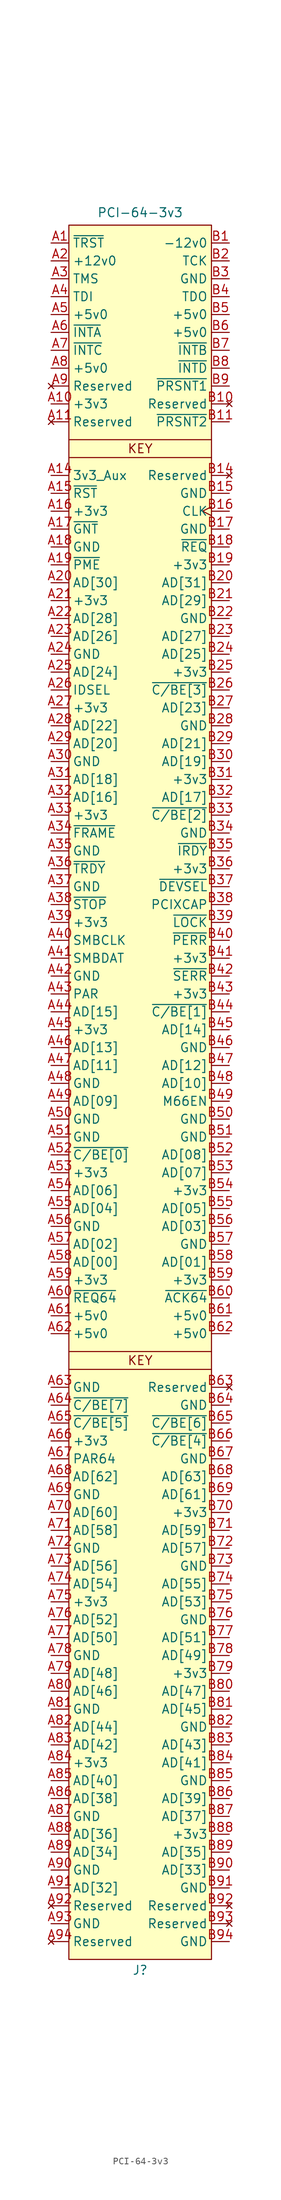
<source format=kicad_sym>
(kicad_symbol_lib
  (version 20241209)
  (generator "kicad_symbol_editor")
  (generator_version "9.0")
  (symbol "PCI-64-3v3"
    (property "Reference" "J"
      (at 0 -216.154 0)
      (effects (font (size 1.27 1.27))))
    (property "Value" "PCI-64-3v3"
      (at 0 33.528 0)
      (effects (font (size 1.27 1.27))))
    (symbol "PCI-64-3v3_1_1"
      (rectangle (start -10.16 31.75) (end 10.16 -214.63) (stroke (width 0) (type solid)) (fill (type background)))
      (polyline (pts (xy -10.16 1.27) (xy 10.16 1.27)) (stroke (width 0) (type default)) (fill (type none)))
      (polyline (pts (xy -10.16 -1.27) (xy 10.16 -1.27)) (stroke (width 0) (type default)) (fill (type none)))
      (polyline (pts (xy -10.16 -128.27) (xy 10.16 -128.27)) (stroke (width 0) (type default)) (fill (type none)))
      (polyline (pts (xy -10.16 -130.81) (xy 10.16 -130.81)) (stroke (width 0) (type default)) (fill (type none)))
      (text "KEY" (at 0 0 0) (effects (font (size 1.27 1.27))))
      (text "KEY" (at 0 -129.54 0) (effects (font (size 1.27 1.27))))
      (pin input line (at -12.7 29.21 0) (length 2.54) (name "~{TRST}" (effects (font (size 1.27 1.27)))) (number "A1" (effects (font (size 1.27 1.27)))))
      (pin power_in line (at -12.7 26.67 0) (length 2.54) (name "+12v0" (effects (font (size 1.27 1.27)))) (number "A2" (effects (font (size 1.27 1.27)))))
      (pin input line (at -12.7 24.13 0) (length 2.54) (name "TMS" (effects (font (size 1.27 1.27)))) (number "A3" (effects (font (size 1.27 1.27)))))
      (pin input line (at -12.7 21.59 0) (length 2.54) (name "TDI" (effects (font (size 1.27 1.27)))) (number "A4" (effects (font (size 1.27 1.27)))))
      (pin power_in line (at -12.7 19.05 0) (length 2.54) (name "+5v0" (effects (font (size 1.27 1.27)))) (number "A5" (effects (font (size 1.27 1.27)))))
      (pin open_emitter line (at -12.7 16.51 0) (length 2.54) (name "~{INTA}" (effects (font (size 1.27 1.27)))) (number "A6" (effects (font (size 1.27 1.27)))))
      (pin open_emitter line (at -12.7 13.97 0) (length 2.54) (name "~{INTC}" (effects (font (size 1.27 1.27)))) (number "A7" (effects (font (size 1.27 1.27)))))
      (pin power_in line (at -12.7 11.43 0) (length 2.54) (name "+5v0" (effects (font (size 1.27 1.27)))) (number "A8" (effects (font (size 1.27 1.27)))))
      (pin no_connect line (at -12.7 8.89 0) (length 2.54) (name "Reserved" (effects (font (size 1.27 1.27)))) (number "A9" (effects (font (size 1.27 1.27)))))
      (pin power_in line (at -12.7 6.35 0) (length 2.54) (name "+3v3" (effects (font (size 1.27 1.27)))) (number "A10" (effects (font (size 1.27 1.27)))))
      (pin no_connect line (at -12.7 3.81 0) (length 2.54) (name "Reserved" (effects (font (size 1.27 1.27)))) (number "A11" (effects (font (size 1.27 1.27)))))
      (pin power_in line (at -12.7 -3.81 0) (length 2.54) (name "3v3_Aux" (effects (font (size 1.27 1.27)))) (number "A14" (effects (font (size 1.27 1.27)))))
      (pin input line (at -12.7 -6.35 0) (length 2.54) (name "~{RST}" (effects (font (size 1.27 1.27)))) (number "A15" (effects (font (size 1.27 1.27)))))
      (pin power_in line (at -12.7 -8.89 0) (length 2.54) (name "+3v3" (effects (font (size 1.27 1.27)))) (number "A16" (effects (font (size 1.27 1.27)))))
      (pin tri_state line (at -12.7 -11.43 0) (length 2.54) (name "~{GNT}" (effects (font (size 1.27 1.27)))) (number "A17" (effects (font (size 1.27 1.27)))))
      (pin power_in line (at -12.7 -13.97 0) (length 2.54) (name "GND" (effects (font (size 1.27 1.27)))) (number "A18" (effects (font (size 1.27 1.27)))))
      (pin open_emitter line (at -12.7 -16.51 0) (length 2.54) (name "~{PME}" (effects (font (size 1.27 1.27)))) (number "A19" (effects (font (size 1.27 1.27)))))
      (pin tri_state line (at -12.7 -19.05 0) (length 2.54) (name "AD[30]" (effects (font (size 1.27 1.27)))) (number "A20" (effects (font (size 1.27 1.27)))))
      (pin power_in line (at -12.7 -21.59 0) (length 2.54) (name "+3v3" (effects (font (size 1.27 1.27)))) (number "A21" (effects (font (size 1.27 1.27)))))
      (pin tri_state line (at -12.7 -24.13 0) (length 2.54) (name "AD[28]" (effects (font (size 1.27 1.27)))) (number "A22" (effects (font (size 1.27 1.27)))))
      (pin tri_state line (at -12.7 -26.67 0) (length 2.54) (name "AD[26]" (effects (font (size 1.27 1.27)))) (number "A23" (effects (font (size 1.27 1.27)))))
      (pin power_in line (at -12.7 -29.21 0) (length 2.54) (name "GND" (effects (font (size 1.27 1.27)))) (number "A24" (effects (font (size 1.27 1.27)))))
      (pin tri_state line (at -12.7 -31.75 0) (length 2.54) (name "AD[24]" (effects (font (size 1.27 1.27)))) (number "A25" (effects (font (size 1.27 1.27)))))
      (pin input line (at -12.7 -34.29 0) (length 2.54) (name "IDSEL" (effects (font (size 1.27 1.27)))) (number "A26" (effects (font (size 1.27 1.27)))))
      (pin power_in line (at -12.7 -36.83 0) (length 2.54) (name "+3v3" (effects (font (size 1.27 1.27)))) (number "A27" (effects (font (size 1.27 1.27)))))
      (pin tri_state line (at -12.7 -39.37 0) (length 2.54) (name "AD[22]" (effects (font (size 1.27 1.27)))) (number "A28" (effects (font (size 1.27 1.27)))))
      (pin tri_state line (at -12.7 -41.91 0) (length 2.54) (name "AD[20]" (effects (font (size 1.27 1.27)))) (number "A29" (effects (font (size 1.27 1.27)))))
      (pin power_in line (at -12.7 -44.45 0) (length 2.54) (name "GND" (effects (font (size 1.27 1.27)))) (number "A30" (effects (font (size 1.27 1.27)))))
      (pin tri_state line (at -12.7 -46.99 0) (length 2.54) (name "AD[18]" (effects (font (size 1.27 1.27)))) (number "A31" (effects (font (size 1.27 1.27)))))
      (pin tri_state line (at -12.7 -49.53 0) (length 2.54) (name "AD[16]" (effects (font (size 1.27 1.27)))) (number "A32" (effects (font (size 1.27 1.27)))))
      (pin power_in line (at -12.7 -52.07 0) (length 2.54) (name "+3v3" (effects (font (size 1.27 1.27)))) (number "A33" (effects (font (size 1.27 1.27)))))
      (pin tri_state line (at -12.7 -54.61 0) (length 2.54) (name "~{FRAME}" (effects (font (size 1.27 1.27)))) (number "A34" (effects (font (size 1.27 1.27)))))
      (pin power_in line (at -12.7 -57.15 0) (length 2.54) (name "GND" (effects (font (size 1.27 1.27)))) (number "A35" (effects (font (size 1.27 1.27)))))
      (pin tri_state line (at -12.7 -59.69 0) (length 2.54) (name "~{TRDY}" (effects (font (size 1.27 1.27)))) (number "A36" (effects (font (size 1.27 1.27)))))
      (pin power_in line (at -12.7 -62.23 0) (length 2.54) (name "GND" (effects (font (size 1.27 1.27)))) (number "A37" (effects (font (size 1.27 1.27)))))
      (pin tri_state line (at -12.7 -64.77 0) (length 2.54) (name "~{STOP}" (effects (font (size 1.27 1.27)))) (number "A38" (effects (font (size 1.27 1.27)))))
      (pin power_in line (at -12.7 -67.31 0) (length 2.54) (name "+3v3" (effects (font (size 1.27 1.27)))) (number "A39" (effects (font (size 1.27 1.27)))))
      (pin open_emitter line (at -12.7 -69.85 0) (length 2.54) (name "SMBCLK" (effects (font (size 1.27 1.27)))) (number "A40" (effects (font (size 1.27 1.27)))))
      (pin open_emitter line (at -12.7 -72.39 0) (length 2.54) (name "SMBDAT" (effects (font (size 1.27 1.27)))) (number "A41" (effects (font (size 1.27 1.27)))))
      (pin power_in line (at -12.7 -74.93 0) (length 2.54) (name "GND" (effects (font (size 1.27 1.27)))) (number "A42" (effects (font (size 1.27 1.27)))))
      (pin tri_state line (at -12.7 -77.47 0) (length 2.54) (name "PAR" (effects (font (size 1.27 1.27)))) (number "A43" (effects (font (size 1.27 1.27)))))
      (pin tri_state line (at -12.7 -80.01 0) (length 2.54) (name "AD[15]" (effects (font (size 1.27 1.27)))) (number "A44" (effects (font (size 1.27 1.27)))))
      (pin power_in line (at -12.7 -82.55 0) (length 2.54) (name "+3v3" (effects (font (size 1.27 1.27)))) (number "A45" (effects (font (size 1.27 1.27)))))
      (pin tri_state line (at -12.7 -85.09 0) (length 2.54) (name "AD[13]" (effects (font (size 1.27 1.27)))) (number "A46" (effects (font (size 1.27 1.27)))))
      (pin tri_state line (at -12.7 -87.63 0) (length 2.54) (name "AD[11]" (effects (font (size 1.27 1.27)))) (number "A47" (effects (font (size 1.27 1.27)))))
      (pin power_in line (at -12.7 -90.17 0) (length 2.54) (name "GND" (effects (font (size 1.27 1.27)))) (number "A48" (effects (font (size 1.27 1.27)))))
      (pin tri_state line (at -12.7 -92.71 0) (length 2.54) (name "AD[09]" (effects (font (size 1.27 1.27)))) (number "A49" (effects (font (size 1.27 1.27)))))
      (pin power_in line (at -12.7 -95.25 0) (length 2.54) (name "GND" (effects (font (size 1.27 1.27)))) (number "A50" (effects (font (size 1.27 1.27)))))
      (pin power_in line (at -12.7 -97.79 0) (length 2.54) (name "GND" (effects (font (size 1.27 1.27)))) (number "A51" (effects (font (size 1.27 1.27)))))
      (pin tri_state line (at -12.7 -100.33 0) (length 2.54) (name "~{C/BE[0]}" (effects (font (size 1.27 1.27)))) (number "A52" (effects (font (size 1.27 1.27)))))
      (pin power_in line (at -12.7 -102.87 0) (length 2.54) (name "+3v3" (effects (font (size 1.27 1.27)))) (number "A53" (effects (font (size 1.27 1.27)))))
      (pin tri_state line (at -12.7 -105.41 0) (length 2.54) (name "AD[06]" (effects (font (size 1.27 1.27)))) (number "A54" (effects (font (size 1.27 1.27)))))
      (pin tri_state line (at -12.7 -107.95 0) (length 2.54) (name "AD[04]" (effects (font (size 1.27 1.27)))) (number "A55" (effects (font (size 1.27 1.27)))))
      (pin power_in line (at -12.7 -110.49 0) (length 2.54) (name "GND" (effects (font (size 1.27 1.27)))) (number "A56" (effects (font (size 1.27 1.27)))))
      (pin tri_state line (at -12.7 -113.03 0) (length 2.54) (name "AD[02]" (effects (font (size 1.27 1.27)))) (number "A57" (effects (font (size 1.27 1.27)))))
      (pin tri_state line (at -12.7 -115.57 0) (length 2.54) (name "AD[00]" (effects (font (size 1.27 1.27)))) (number "A58" (effects (font (size 1.27 1.27)))))
      (pin power_in line (at -12.7 -118.11 0) (length 2.54) (name "+3v3" (effects (font (size 1.27 1.27)))) (number "A59" (effects (font (size 1.27 1.27)))))
      (pin tri_state line (at -12.7 -120.65 0) (length 2.54) (name "~{REQ64}" (effects (font (size 1.27 1.27)))) (number "A60" (effects (font (size 1.27 1.27)))))
      (pin power_in line (at -12.7 -123.19 0) (length 2.54) (name "+5v0" (effects (font (size 1.27 1.27)))) (number "A61" (effects (font (size 1.27 1.27)))))
      (pin power_in line (at -12.7 -125.73 0) (length 2.54) (name "+5v0" (effects (font (size 1.27 1.27)))) (number "A62" (effects (font (size 1.27 1.27)))))
      (pin power_in line (at -12.7 -133.35 0) (length 2.54) (name "GND" (effects (font (size 1.27 1.27)))) (number "A63" (effects (font (size 1.27 1.27)))))
      (pin tri_state line (at -12.7 -135.89 0) (length 2.54) (name "~{C/BE[7]}" (effects (font (size 1.27 1.27)))) (number "A64" (effects (font (size 1.27 1.27)))))
      (pin tri_state line (at -12.7 -138.43 0) (length 2.54) (name "~{C/BE[5]}" (effects (font (size 1.27 1.27)))) (number "A65" (effects (font (size 1.27 1.27)))))
      (pin power_in line (at -12.7 -140.97 0) (length 2.54) (name "+3v3" (effects (font (size 1.27 1.27)))) (number "A66" (effects (font (size 1.27 1.27)))))
      (pin tri_state line (at -12.7 -143.51 0) (length 2.54) (name "PAR64" (effects (font (size 1.27 1.27)))) (number "A67" (effects (font (size 1.27 1.27)))))
      (pin tri_state line (at -12.7 -146.05 0) (length 2.54) (name "AD[62]" (effects (font (size 1.27 1.27)))) (number "A68" (effects (font (size 1.27 1.27)))))
      (pin power_in line (at -12.7 -148.59 0) (length 2.54) (name "GND" (effects (font (size 1.27 1.27)))) (number "A69" (effects (font (size 1.27 1.27)))))
      (pin tri_state line (at -12.7 -151.13 0) (length 2.54) (name "AD[60]" (effects (font (size 1.27 1.27)))) (number "A70" (effects (font (size 1.27 1.27)))))
      (pin tri_state line (at -12.7 -153.67 0) (length 2.54) (name "AD[58]" (effects (font (size 1.27 1.27)))) (number "A71" (effects (font (size 1.27 1.27)))))
      (pin power_in line (at -12.7 -156.21 0) (length 2.54) (name "GND" (effects (font (size 1.27 1.27)))) (number "A72" (effects (font (size 1.27 1.27)))))
      (pin tri_state line (at -12.7 -158.75 0) (length 2.54) (name "AD[56]" (effects (font (size 1.27 1.27)))) (number "A73" (effects (font (size 1.27 1.27)))))
      (pin tri_state line (at -12.7 -161.29 0) (length 2.54) (name "AD[54]" (effects (font (size 1.27 1.27)))) (number "A74" (effects (font (size 1.27 1.27)))))
      (pin power_in line (at -12.7 -163.83 0) (length 2.54) (name "+3v3" (effects (font (size 1.27 1.27)))) (number "A75" (effects (font (size 1.27 1.27)))))
      (pin tri_state line (at -12.7 -166.37 0) (length 2.54) (name "AD[52]" (effects (font (size 1.27 1.27)))) (number "A76" (effects (font (size 1.27 1.27)))))
      (pin tri_state line (at -12.7 -168.91 0) (length 2.54) (name "AD[50]" (effects (font (size 1.27 1.27)))) (number "A77" (effects (font (size 1.27 1.27)))))
      (pin power_in line (at -12.7 -171.45 0) (length 2.54) (name "GND" (effects (font (size 1.27 1.27)))) (number "A78" (effects (font (size 1.27 1.27)))))
      (pin tri_state line (at -12.7 -173.99 0) (length 2.54) (name "AD[48]" (effects (font (size 1.27 1.27)))) (number "A79" (effects (font (size 1.27 1.27)))))
      (pin tri_state line (at -12.7 -176.53 0) (length 2.54) (name "AD[46]" (effects (font (size 1.27 1.27)))) (number "A80" (effects (font (size 1.27 1.27)))))
      (pin power_in line (at -12.7 -179.07 0) (length 2.54) (name "GND" (effects (font (size 1.27 1.27)))) (number "A81" (effects (font (size 1.27 1.27)))))
      (pin tri_state line (at -12.7 -181.61 0) (length 2.54) (name "AD[44]" (effects (font (size 1.27 1.27)))) (number "A82" (effects (font (size 1.27 1.27)))))
      (pin tri_state line (at -12.7 -184.15 0) (length 2.54) (name "AD[42]" (effects (font (size 1.27 1.27)))) (number "A83" (effects (font (size 1.27 1.27)))))
      (pin power_in line (at -12.7 -186.69 0) (length 2.54) (name "+3v3" (effects (font (size 1.27 1.27)))) (number "A84" (effects (font (size 1.27 1.27)))))
      (pin tri_state line (at -12.7 -189.23 0) (length 2.54) (name "AD[40]" (effects (font (size 1.27 1.27)))) (number "A85" (effects (font (size 1.27 1.27)))))
      (pin tri_state line (at -12.7 -191.77 0) (length 2.54) (name "AD[38]" (effects (font (size 1.27 1.27)))) (number "A86" (effects (font (size 1.27 1.27)))))
      (pin power_in line (at -12.7 -194.31 0) (length 2.54) (name "GND" (effects (font (size 1.27 1.27)))) (number "A87" (effects (font (size 1.27 1.27)))))
      (pin tri_state line (at -12.7 -196.85 0) (length 2.54) (name "AD[36]" (effects (font (size 1.27 1.27)))) (number "A88" (effects (font (size 1.27 1.27)))))
      (pin tri_state line (at -12.7 -199.39 0) (length 2.54) (name "AD[34]" (effects (font (size 1.27 1.27)))) (number "A89" (effects (font (size 1.27 1.27)))))
      (pin power_in line (at -12.7 -201.93 0) (length 2.54) (name "GND" (effects (font (size 1.27 1.27)))) (number "A90" (effects (font (size 1.27 1.27)))))
      (pin tri_state line (at -12.7 -204.47 0) (length 2.54) (name "AD[32]" (effects (font (size 1.27 1.27)))) (number "A91" (effects (font (size 1.27 1.27)))))
      (pin no_connect line (at -12.7 -207.01 0) (length 2.54) (name "Reserved" (effects (font (size 1.27 1.27)))) (number "A92" (effects (font (size 1.27 1.27)))))
      (pin power_in line (at -12.7 -209.55 0) (length 2.54) (name "GND" (effects (font (size 1.27 1.27)))) (number "A93" (effects (font (size 1.27 1.27)))))
      (pin no_connect line (at -12.7 -212.09 0) (length 2.54) (name "Reserved" (effects (font (size 1.27 1.27)))) (number "A94" (effects (font (size 1.27 1.27)))))
      (pin power_in line (at 12.7 29.21 180) (length 2.54) (name "-12v0" (effects (font (size 1.27 1.27)))) (number "B1" (effects (font (size 1.27 1.27)))))
      (pin input line (at 12.7 26.67 180) (length 2.54) (name "TCK" (effects (font (size 1.27 1.27)))) (number "B2" (effects (font (size 1.27 1.27)))))
      (pin power_in line (at 12.7 24.13 180) (length 2.54) (name "GND" (effects (font (size 1.27 1.27)))) (number "B3" (effects (font (size 1.27 1.27)))))
      (pin output line (at 12.7 21.59 180) (length 2.54) (name "TDO" (effects (font (size 1.27 1.27)))) (number "B4" (effects (font (size 1.27 1.27)))))
      (pin power_in line (at 12.7 19.05 180) (length 2.54) (name "+5v0" (effects (font (size 1.27 1.27)))) (number "B5" (effects (font (size 1.27 1.27)))))
      (pin power_in line (at 12.7 16.51 180) (length 2.54) (name "+5v0" (effects (font (size 1.27 1.27)))) (number "B6" (effects (font (size 1.27 1.27)))))
      (pin open_emitter line (at 12.7 13.97 180) (length 2.54) (name "~{INTB}" (effects (font (size 1.27 1.27)))) (number "B7" (effects (font (size 1.27 1.27)))))
      (pin open_emitter line (at 12.7 11.43 180) (length 2.54) (name "~{INTD}" (effects (font (size 1.27 1.27)))) (number "B8" (effects (font (size 1.27 1.27)))))
      (pin input line (at 12.7 8.89 180) (length 2.54) (name "~{PRSNT1}" (effects (font (size 1.27 1.27)))) (number "B9" (effects (font (size 1.27 1.27)))))
      (pin no_connect line (at 12.7 6.35 180) (length 2.54) (name "Reserved" (effects (font (size 1.27 1.27)))) (number "B10" (effects (font (size 1.27 1.27)))))
      (pin input line (at 12.7 3.81 180) (length 2.54) (name "~{PRSNT2}" (effects (font (size 1.27 1.27)))) (number "B11" (effects (font (size 1.27 1.27)))))
      (pin no_connect line (at 12.7 -3.81 180) (length 2.54) (name "Reserved" (effects (font (size 1.27 1.27)))) (number "B14" (effects (font (size 1.27 1.27)))))
      (pin power_in line (at 12.7 -6.35 180) (length 2.54) (name "GND" (effects (font (size 1.27 1.27)))) (number "B15" (effects (font (size 1.27 1.27)))))
      (pin input clock (at 12.7 -8.89 180) (length 2.54) (name "CLK" (effects (font (size 1.27 1.27)))) (number "B16" (effects (font (size 1.27 1.27)))))
      (pin power_in line (at 12.7 -11.43 180) (length 2.54) (name "GND" (effects (font (size 1.27 1.27)))) (number "B17" (effects (font (size 1.27 1.27)))))
      (pin tri_state line (at 12.7 -13.97 180) (length 2.54) (name "~{REQ}" (effects (font (size 1.27 1.27)))) (number "B18" (effects (font (size 1.27 1.27)))))
      (pin power_in line (at 12.7 -16.51 180) (length 2.54) (name "+3v3" (effects (font (size 1.27 1.27)))) (number "B19" (effects (font (size 1.27 1.27)))))
      (pin tri_state line (at 12.7 -19.05 180) (length 2.54) (name "AD[31]" (effects (font (size 1.27 1.27)))) (number "B20" (effects (font (size 1.27 1.27)))))
      (pin tri_state line (at 12.7 -21.59 180) (length 2.54) (name "AD[29]" (effects (font (size 1.27 1.27)))) (number "B21" (effects (font (size 1.27 1.27)))))
      (pin power_in line (at 12.7 -24.13 180) (length 2.54) (name "GND" (effects (font (size 1.27 1.27)))) (number "B22" (effects (font (size 1.27 1.27)))))
      (pin tri_state line (at 12.7 -26.67 180) (length 2.54) (name "AD[27]" (effects (font (size 1.27 1.27)))) (number "B23" (effects (font (size 1.27 1.27)))))
      (pin tri_state line (at 12.7 -29.21 180) (length 2.54) (name "AD[25]" (effects (font (size 1.27 1.27)))) (number "B24" (effects (font (size 1.27 1.27)))))
      (pin power_in line (at 12.7 -31.75 180) (length 2.54) (name "+3v3" (effects (font (size 1.27 1.27)))) (number "B25" (effects (font (size 1.27 1.27)))))
      (pin tri_state line (at 12.7 -34.29 180) (length 2.54) (name "~{C/BE[3]}" (effects (font (size 1.27 1.27)))) (number "B26" (effects (font (size 1.27 1.27)))))
      (pin tri_state line (at 12.7 -36.83 180) (length 2.54) (name "AD[23]" (effects (font (size 1.27 1.27)))) (number "B27" (effects (font (size 1.27 1.27)))))
      (pin power_in line (at 12.7 -39.37 180) (length 2.54) (name "GND" (effects (font (size 1.27 1.27)))) (number "B28" (effects (font (size 1.27 1.27)))))
      (pin tri_state line (at 12.7 -41.91 180) (length 2.54) (name "AD[21]" (effects (font (size 1.27 1.27)))) (number "B29" (effects (font (size 1.27 1.27)))))
      (pin tri_state line (at 12.7 -44.45 180) (length 2.54) (name "AD[19]" (effects (font (size 1.27 1.27)))) (number "B30" (effects (font (size 1.27 1.27)))))
      (pin power_in line (at 12.7 -46.99 180) (length 2.54) (name "+3v3" (effects (font (size 1.27 1.27)))) (number "B31" (effects (font (size 1.27 1.27)))))
      (pin tri_state line (at 12.7 -49.53 180) (length 2.54) (name "AD[17]" (effects (font (size 1.27 1.27)))) (number "B32" (effects (font (size 1.27 1.27)))))
      (pin tri_state line (at 12.7 -52.07 180) (length 2.54) (name "~{C/BE[2]}" (effects (font (size 1.27 1.27)))) (number "B33" (effects (font (size 1.27 1.27)))))
      (pin power_in line (at 12.7 -54.61 180) (length 2.54) (name "GND" (effects (font (size 1.27 1.27)))) (number "B34" (effects (font (size 1.27 1.27)))))
      (pin tri_state line (at 12.7 -57.15 180) (length 2.54) (name "~{IRDY}" (effects (font (size 1.27 1.27)))) (number "B35" (effects (font (size 1.27 1.27)))))
      (pin power_in line (at 12.7 -59.69 180) (length 2.54) (name "+3v3" (effects (font (size 1.27 1.27)))) (number "B36" (effects (font (size 1.27 1.27)))))
      (pin tri_state line (at 12.7 -62.23 180) (length 2.54) (name "~{DEVSEL}" (effects (font (size 1.27 1.27)))) (number "B37" (effects (font (size 1.27 1.27)))))
      (pin passive line (at 12.7 -64.77 180) (length 2.54) (name "PCIXCAP" (effects (font (size 1.27 1.27)))) (number "B38" (effects (font (size 1.27 1.27)))))
      (pin tri_state line (at 12.7 -67.31 180) (length 2.54) (name "~{LOCK}" (effects (font (size 1.27 1.27)))) (number "B39" (effects (font (size 1.27 1.27)))))
      (pin tri_state line (at 12.7 -69.85 180) (length 2.54) (name "~{PERR}" (effects (font (size 1.27 1.27)))) (number "B40" (effects (font (size 1.27 1.27)))))
      (pin power_in line (at 12.7 -72.39 180) (length 2.54) (name "+3v3" (effects (font (size 1.27 1.27)))) (number "B41" (effects (font (size 1.27 1.27)))))
      (pin open_emitter line (at 12.7 -74.93 180) (length 2.54) (name "~{SERR}" (effects (font (size 1.27 1.27)))) (number "B42" (effects (font (size 1.27 1.27)))))
      (pin power_in line (at 12.7 -77.47 180) (length 2.54) (name "+3v3" (effects (font (size 1.27 1.27)))) (number "B43" (effects (font (size 1.27 1.27)))))
      (pin tri_state line (at 12.7 -80.01 180) (length 2.54) (name "~{C/BE[1]}" (effects (font (size 1.27 1.27)))) (number "B44" (effects (font (size 1.27 1.27)))))
      (pin tri_state line (at 12.7 -82.55 180) (length 2.54) (name "AD[14]" (effects (font (size 1.27 1.27)))) (number "B45" (effects (font (size 1.27 1.27)))))
      (pin power_in line (at 12.7 -85.09 180) (length 2.54) (name "GND" (effects (font (size 1.27 1.27)))) (number "B46" (effects (font (size 1.27 1.27)))))
      (pin tri_state line (at 12.7 -87.63 180) (length 2.54) (name "AD[12]" (effects (font (size 1.27 1.27)))) (number "B47" (effects (font (size 1.27 1.27)))))
      (pin tri_state line (at 12.7 -90.17 180) (length 2.54) (name "AD[10]" (effects (font (size 1.27 1.27)))) (number "B48" (effects (font (size 1.27 1.27)))))
      (pin input line (at 12.7 -92.71 180) (length 2.54) (name "M66EN" (effects (font (size 1.27 1.27)))) (number "B49" (effects (font (size 1.27 1.27)))))
      (pin power_in line (at 12.7 -95.25 180) (length 2.54) (name "GND" (effects (font (size 1.27 1.27)))) (number "B50" (effects (font (size 1.27 1.27)))))
      (pin power_in line (at 12.7 -97.79 180) (length 2.54) (name "GND" (effects (font (size 1.27 1.27)))) (number "B51" (effects (font (size 1.27 1.27)))))
      (pin tri_state line (at 12.7 -100.33 180) (length 2.54) (name "AD[08]" (effects (font (size 1.27 1.27)))) (number "B52" (effects (font (size 1.27 1.27)))))
      (pin tri_state line (at 12.7 -102.87 180) (length 2.54) (name "AD[07]" (effects (font (size 1.27 1.27)))) (number "B53" (effects (font (size 1.27 1.27)))))
      (pin power_in line (at 12.7 -105.41 180) (length 2.54) (name "+3v3" (effects (font (size 1.27 1.27)))) (number "B54" (effects (font (size 1.27 1.27)))))
      (pin tri_state line (at 12.7 -107.95 180) (length 2.54) (name "AD[05]" (effects (font (size 1.27 1.27)))) (number "B55" (effects (font (size 1.27 1.27)))))
      (pin tri_state line (at 12.7 -110.49 180) (length 2.54) (name "AD[03]" (effects (font (size 1.27 1.27)))) (number "B56" (effects (font (size 1.27 1.27)))))
      (pin power_in line (at 12.7 -113.03 180) (length 2.54) (name "GND" (effects (font (size 1.27 1.27)))) (number "B57" (effects (font (size 1.27 1.27)))))
      (pin tri_state line (at 12.7 -115.57 180) (length 2.54) (name "AD[01]" (effects (font (size 1.27 1.27)))) (number "B58" (effects (font (size 1.27 1.27)))))
      (pin power_in line (at 12.7 -118.11 180) (length 2.54) (name "+3v3" (effects (font (size 1.27 1.27)))) (number "B59" (effects (font (size 1.27 1.27)))))
      (pin tri_state line (at 12.7 -120.65 180) (length 2.54) (name "~{ACK64}" (effects (font (size 1.27 1.27)))) (number "B60" (effects (font (size 1.27 1.27)))))
      (pin power_in line (at 12.7 -123.19 180) (length 2.54) (name "+5v0" (effects (font (size 1.27 1.27)))) (number "B61" (effects (font (size 1.27 1.27)))))
      (pin power_in line (at 12.7 -125.73 180) (length 2.54) (name "+5v0" (effects (font (size 1.27 1.27)))) (number "B62" (effects (font (size 1.27 1.27)))))
      (pin no_connect line (at 12.7 -133.35 180) (length 2.54) (name "Reserved" (effects (font (size 1.27 1.27)))) (number "B63" (effects (font (size 1.27 1.27)))))
      (pin power_in line (at 12.7 -135.89 180) (length 2.54) (name "GND" (effects (font (size 1.27 1.27)))) (number "B64" (effects (font (size 1.27 1.27)))))
      (pin tri_state line (at 12.7 -138.43 180) (length 2.54) (name "~{C/BE[6]}" (effects (font (size 1.27 1.27)))) (number "B65" (effects (font (size 1.27 1.27)))))
      (pin tri_state line (at 12.7 -140.97 180) (length 2.54) (name "~{C/BE[4]}" (effects (font (size 1.27 1.27)))) (number "B66" (effects (font (size 1.27 1.27)))))
      (pin power_in line (at 12.7 -143.51 180) (length 2.54) (name "GND" (effects (font (size 1.27 1.27)))) (number "B67" (effects (font (size 1.27 1.27)))))
      (pin tri_state line (at 12.7 -146.05 180) (length 2.54) (name "AD[63]" (effects (font (size 1.27 1.27)))) (number "B68" (effects (font (size 1.27 1.27)))))
      (pin tri_state line (at 12.7 -148.59 180) (length 2.54) (name "AD[61]" (effects (font (size 1.27 1.27)))) (number "B69" (effects (font (size 1.27 1.27)))))
      (pin power_in line (at 12.7 -151.13 180) (length 2.54) (name "+3v3" (effects (font (size 1.27 1.27)))) (number "B70" (effects (font (size 1.27 1.27)))))
      (pin tri_state line (at 12.7 -153.67 180) (length 2.54) (name "AD[59]" (effects (font (size 1.27 1.27)))) (number "B71" (effects (font (size 1.27 1.27)))))
      (pin tri_state line (at 12.7 -156.21 180) (length 2.54) (name "AD[57]" (effects (font (size 1.27 1.27)))) (number "B72" (effects (font (size 1.27 1.27)))))
      (pin power_in line (at 12.7 -158.75 180) (length 2.54) (name "GND" (effects (font (size 1.27 1.27)))) (number "B73" (effects (font (size 1.27 1.27)))))
      (pin tri_state line (at 12.7 -161.29 180) (length 2.54) (name "AD[55]" (effects (font (size 1.27 1.27)))) (number "B74" (effects (font (size 1.27 1.27)))))
      (pin tri_state line (at 12.7 -163.83 180) (length 2.54) (name "AD[53]" (effects (font (size 1.27 1.27)))) (number "B75" (effects (font (size 1.27 1.27)))))
      (pin power_in line (at 12.7 -166.37 180) (length 2.54) (name "GND" (effects (font (size 1.27 1.27)))) (number "B76" (effects (font (size 1.27 1.27)))))
      (pin tri_state line (at 12.7 -168.91 180) (length 2.54) (name "AD[51]" (effects (font (size 1.27 1.27)))) (number "B77" (effects (font (size 1.27 1.27)))))
      (pin tri_state line (at 12.7 -171.45 180) (length 2.54) (name "AD[49]" (effects (font (size 1.27 1.27)))) (number "B78" (effects (font (size 1.27 1.27)))))
      (pin power_in line (at 12.7 -173.99 180) (length 2.54) (name "+3v3" (effects (font (size 1.27 1.27)))) (number "B79" (effects (font (size 1.27 1.27)))))
      (pin tri_state line (at 12.7 -176.53 180) (length 2.54) (name "AD[47]" (effects (font (size 1.27 1.27)))) (number "B80" (effects (font (size 1.27 1.27)))))
      (pin tri_state line (at 12.7 -179.07 180) (length 2.54) (name "AD[45]" (effects (font (size 1.27 1.27)))) (number "B81" (effects (font (size 1.27 1.27)))))
      (pin power_in line (at 12.7 -181.61 180) (length 2.54) (name "GND" (effects (font (size 1.27 1.27)))) (number "B82" (effects (font (size 1.27 1.27)))))
      (pin tri_state line (at 12.7 -184.15 180) (length 2.54) (name "AD[43]" (effects (font (size 1.27 1.27)))) (number "B83" (effects (font (size 1.27 1.27)))))
      (pin tri_state line (at 12.7 -186.69 180) (length 2.54) (name "AD[41]" (effects (font (size 1.27 1.27)))) (number "B84" (effects (font (size 1.27 1.27)))))
      (pin power_in line (at 12.7 -189.23 180) (length 2.54) (name "GND" (effects (font (size 1.27 1.27)))) (number "B85" (effects (font (size 1.27 1.27)))))
      (pin tri_state line (at 12.7 -191.77 180) (length 2.54) (name "AD[39]" (effects (font (size 1.27 1.27)))) (number "B86" (effects (font (size 1.27 1.27)))))
      (pin tri_state line (at 12.7 -194.31 180) (length 2.54) (name "AD[37]" (effects (font (size 1.27 1.27)))) (number "B87" (effects (font (size 1.27 1.27)))))
      (pin power_in line (at 12.7 -196.85 180) (length 2.54) (name "+3v3" (effects (font (size 1.27 1.27)))) (number "B88" (effects (font (size 1.27 1.27)))))
      (pin tri_state line (at 12.7 -199.39 180) (length 2.54) (name "AD[35]" (effects (font (size 1.27 1.27)))) (number "B89" (effects (font (size 1.27 1.27)))))
      (pin tri_state line (at 12.7 -201.93 180) (length 2.54) (name "AD[33]" (effects (font (size 1.27 1.27)))) (number "B90" (effects (font (size 1.27 1.27)))))
      (pin power_in line (at 12.7 -204.47 180) (length 2.54) (name "GND" (effects (font (size 1.27 1.27)))) (number "B91" (effects (font (size 1.27 1.27)))))
      (pin no_connect line (at 12.7 -207.01 180) (length 2.54) (name "Reserved" (effects (font (size 1.27 1.27)))) (number "B92" (effects (font (size 1.27 1.27)))))
      (pin no_connect line (at 12.7 -209.55 180) (length 2.54) (name "Reserved" (effects (font (size 1.27 1.27)))) (number "B93" (effects (font (size 1.27 1.27)))))
      (pin power_in line (at 12.7 -212.09 180) (length 2.54) (name "GND" (effects (font (size 1.27 1.27)))) (number "B94" (effects (font (size 1.27 1.27))))))))
</source>
